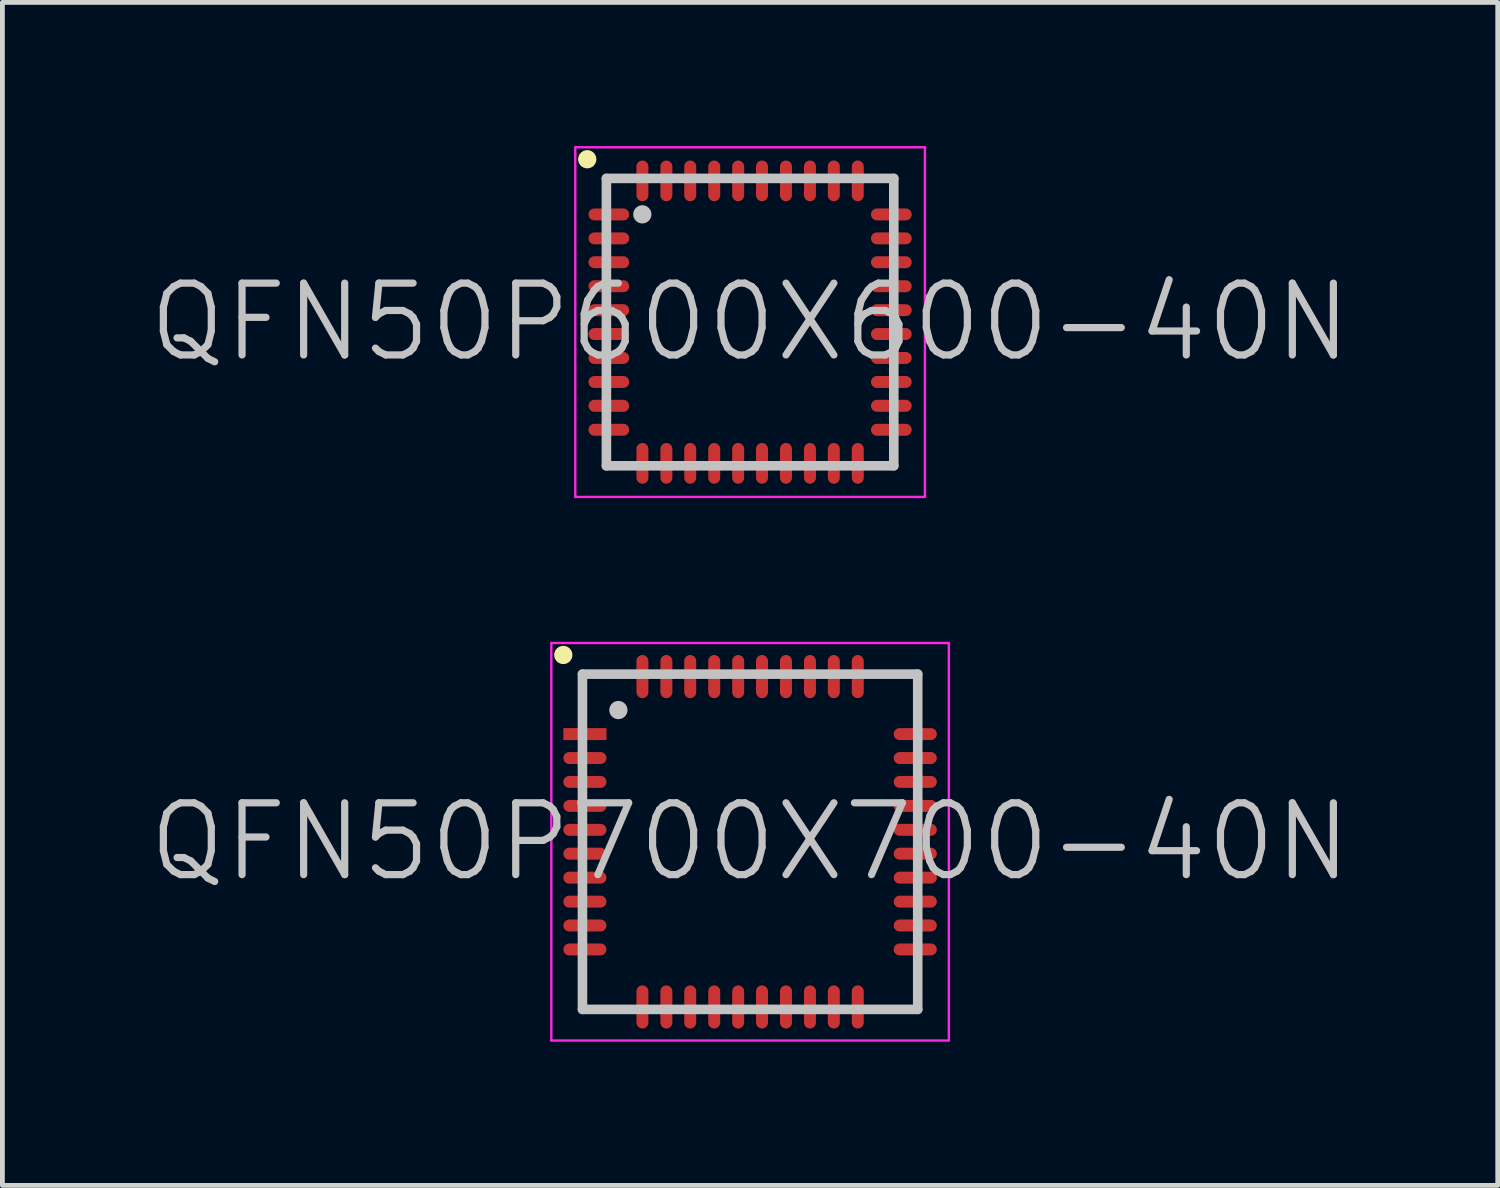
<source format=kicad_pcb>
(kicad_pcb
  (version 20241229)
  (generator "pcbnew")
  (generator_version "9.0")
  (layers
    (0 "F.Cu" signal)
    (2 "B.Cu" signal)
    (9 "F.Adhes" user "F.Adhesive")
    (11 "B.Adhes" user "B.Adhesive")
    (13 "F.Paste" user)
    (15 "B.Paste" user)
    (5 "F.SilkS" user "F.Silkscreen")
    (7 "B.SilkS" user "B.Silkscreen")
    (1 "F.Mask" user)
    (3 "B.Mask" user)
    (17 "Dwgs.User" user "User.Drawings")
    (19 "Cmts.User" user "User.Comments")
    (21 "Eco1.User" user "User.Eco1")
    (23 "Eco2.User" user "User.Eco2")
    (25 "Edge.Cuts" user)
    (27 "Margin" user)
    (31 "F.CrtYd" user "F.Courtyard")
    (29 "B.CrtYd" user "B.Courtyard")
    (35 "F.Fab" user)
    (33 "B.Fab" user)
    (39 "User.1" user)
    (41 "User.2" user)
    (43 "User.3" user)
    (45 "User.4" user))
  (footprint "QFN50P700X700-40N"
    (layer "F.Cu")
    (at 12.611 14.525)
    (property "Reference" "QFN50P700X700-40N" (at 0 0 0) (layer "Dwgs.User") (effects (font (size 1.5 1.5) (thickness 0.15))))
    (attr smd)
    (fp_line (start -3.9 -3.9) (end -3.9 -3.9) (stroke (width 0.381) (type solid)) (layer "F.SilkS"))
    (fp_line (start -3.5 -3.5) (end -3.5 3.5) (stroke (width 0.2) (type solid)) (layer "Dwgs.User"))
    (fp_line (start -3.5 -3.5) (end 3.5 -3.5) (stroke (width 0.2) (type solid)) (layer "Dwgs.User"))
    (fp_line (start -3.5 3.5) (end 3.5 3.5) (stroke (width 0.2) (type solid)) (layer "Dwgs.User"))
    (fp_line (start -2.75 -2.75) (end -2.75 -2.75) (stroke (width 0.381) (type solid)) (layer "Dwgs.User"))
    (fp_line (start 3.5 -3.5) (end 3.5 3.5) (stroke (width 0.2) (type solid)) (layer "Dwgs.User"))
    (fp_line (start -4.15 -4.15) (end -4.15 4.15) (stroke (width 0.05) (type solid)) (layer "F.CrtYd"))
    (fp_line (start -4.15 -4.15) (end 4.15 -4.15) (stroke (width 0.05) (type solid)) (layer "F.CrtYd"))
    (fp_line (start -4.15 4.15) (end 4.15 4.15) (stroke (width 0.05) (type solid)) (layer "F.CrtYd"))
    (fp_line (start 4.15 -4.15) (end 4.15 4.15) (stroke (width 0.05) (type solid)) (layer "F.CrtYd"))
    (pad "1" smd rect (at -3.449 -2.248 90) (size 0.25 0.9) (layers "F.Cu" "F.Mask" "F.Paste"))
    (pad "2" smd oval (at -3.449 -1.748 90) (size 0.25 0.9) (layers "F.Cu" "F.Mask" "F.Paste"))
    (pad "3" smd oval (at -3.449 -1.25 90) (size 0.25 0.9) (layers "F.Cu" "F.Mask" "F.Paste"))
    (pad "4" smd oval (at -3.449 -0.749 90) (size 0.25 0.9) (layers "F.Cu" "F.Mask" "F.Paste"))
    (pad "5" smd oval (at -3.449 -0.249 90) (size 0.25 0.9) (layers "F.Cu" "F.Mask" "F.Paste"))
    (pad "6" smd oval (at -3.449 0.249 90) (size 0.25 0.9) (layers "F.Cu" "F.Mask" "F.Paste"))
    (pad "7" smd oval (at -3.449 0.749 90) (size 0.25 0.9) (layers "F.Cu" "F.Mask" "F.Paste"))
    (pad "8" smd oval (at -3.449 1.25 90) (size 0.25 0.9) (layers "F.Cu" "F.Mask" "F.Paste"))
    (pad "9" smd oval (at -3.449 1.748 90) (size 0.25 0.9) (layers "F.Cu" "F.Mask" "F.Paste"))
    (pad "10" smd oval (at -3.449 2.248 90) (size 0.25 0.9) (layers "F.Cu" "F.Mask" "F.Paste"))
    (pad "11" smd oval (at -2.248 3.449 180) (size 0.25 0.9) (layers "F.Cu" "F.Mask" "F.Paste"))
    (pad "12" smd oval (at -1.748 3.449 180) (size 0.25 0.9) (layers "F.Cu" "F.Mask" "F.Paste"))
    (pad "13" smd oval (at -1.25 3.449 180) (size 0.25 0.9) (layers "F.Cu" "F.Mask" "F.Paste"))
    (pad "14" smd oval (at -0.749 3.449 180) (size 0.25 0.9) (layers "F.Cu" "F.Mask" "F.Paste"))
    (pad "15" smd oval (at -0.249 3.449 180) (size 0.25 0.9) (layers "F.Cu" "F.Mask" "F.Paste"))
    (pad "16" smd oval (at 0.249 3.449 180) (size 0.25 0.9) (layers "F.Cu" "F.Mask" "F.Paste"))
    (pad "17" smd oval (at 0.749 3.449 180) (size 0.25 0.9) (layers "F.Cu" "F.Mask" "F.Paste"))
    (pad "18" smd oval (at 1.25 3.449 180) (size 0.25 0.9) (layers "F.Cu" "F.Mask" "F.Paste"))
    (pad "19" smd oval (at 1.748 3.449 180) (size 0.25 0.9) (layers "F.Cu" "F.Mask" "F.Paste"))
    (pad "20" smd oval (at 2.248 3.449 180) (size 0.25 0.9) (layers "F.Cu" "F.Mask" "F.Paste"))
    (pad "21" smd oval (at 3.449 2.248 270) (size 0.25 0.9) (layers "F.Cu" "F.Mask" "F.Paste"))
    (pad "22" smd oval (at 3.449 1.748 270) (size 0.25 0.9) (layers "F.Cu" "F.Mask" "F.Paste"))
    (pad "23" smd oval (at 3.449 1.25 270) (size 0.25 0.9) (layers "F.Cu" "F.Mask" "F.Paste"))
    (pad "24" smd oval (at 3.449 0.749 270) (size 0.25 0.9) (layers "F.Cu" "F.Mask" "F.Paste"))
    (pad "25" smd oval (at 3.449 0.249 270) (size 0.25 0.9) (layers "F.Cu" "F.Mask" "F.Paste"))
    (pad "26" smd oval (at 3.449 -0.249 270) (size 0.25 0.9) (layers "F.Cu" "F.Mask" "F.Paste"))
    (pad "27" smd oval (at 3.449 -0.749 270) (size 0.25 0.9) (layers "F.Cu" "F.Mask" "F.Paste"))
    (pad "28" smd oval (at 3.449 -1.25 270) (size 0.25 0.9) (layers "F.Cu" "F.Mask" "F.Paste"))
    (pad "29" smd oval (at 3.449 -1.748 270) (size 0.25 0.9) (layers "F.Cu" "F.Mask" "F.Paste"))
    (pad "30" smd oval (at 3.449 -2.248 270) (size 0.25 0.9) (layers "F.Cu" "F.Mask" "F.Paste"))
    (pad "31" smd oval (at 2.248 -3.449) (size 0.25 0.9) (layers "F.Cu" "F.Mask" "F.Paste"))
    (pad "32" smd oval (at 1.748 -3.449) (size 0.25 0.9) (layers "F.Cu" "F.Mask" "F.Paste"))
    (pad "33" smd oval (at 1.25 -3.449) (size 0.25 0.9) (layers "F.Cu" "F.Mask" "F.Paste"))
    (pad "34" smd oval (at 0.749 -3.449) (size 0.25 0.9) (layers "F.Cu" "F.Mask" "F.Paste"))
    (pad "35" smd oval (at 0.249 -3.449) (size 0.25 0.9) (layers "F.Cu" "F.Mask" "F.Paste"))
    (pad "36" smd oval (at -0.249 -3.449) (size 0.25 0.9) (layers "F.Cu" "F.Mask" "F.Paste"))
    (pad "37" smd oval (at -0.749 -3.449) (size 0.25 0.9) (layers "F.Cu" "F.Mask" "F.Paste"))
    (pad "38" smd oval (at -1.25 -3.449) (size 0.25 0.9) (layers "F.Cu" "F.Mask" "F.Paste"))
    (pad "39" smd oval (at -1.748 -3.449) (size 0.25 0.9) (layers "F.Cu" "F.Mask" "F.Paste"))
    (pad "40" smd oval (at -2.248 -3.449) (size 0.25 0.9) (layers "F.Cu" "F.Mask" "F.Paste")))
  (footprint "QFN50P600X600-40N"
    (layer "F.Cu")
    (at 12.611 3.675)
    (property "Reference" "QFN50P600X600-40N" (at 0 0 0) (layer "Dwgs.User") (effects (font (size 1.5 1.5) (thickness 0.15))))
    (attr smd)
    (fp_line (start -3.4 -3.4) (end -3.4 -3.4) (stroke (width 0.381) (type solid)) (layer "F.SilkS"))
    (fp_line (start -3 -3) (end -3 3) (stroke (width 0.2) (type solid)) (layer "Dwgs.User"))
    (fp_line (start -3 -3) (end 3 -3) (stroke (width 0.2) (type solid)) (layer "Dwgs.User"))
    (fp_line (start -3 3) (end 3 3) (stroke (width 0.2) (type solid)) (layer "Dwgs.User"))
    (fp_line (start -2.25 -2.25) (end -2.25 -2.25) (stroke (width 0.381) (type solid)) (layer "Dwgs.User"))
    (fp_line (start 3 -3) (end 3 3) (stroke (width 0.2) (type solid)) (layer "Dwgs.User"))
    (fp_line (start -3.65 -3.65) (end -3.65 3.65) (stroke (width 0.05) (type solid)) (layer "F.CrtYd"))
    (fp_line (start -3.65 -3.65) (end 3.65 -3.65) (stroke (width 0.05) (type solid)) (layer "F.CrtYd"))
    (fp_line (start -3.65 3.65) (end 3.65 3.65) (stroke (width 0.05) (type solid)) (layer "F.CrtYd"))
    (fp_line (start 3.65 -3.65) (end 3.65 3.65) (stroke (width 0.05) (type solid)) (layer "F.CrtYd"))
    (pad "1" smd oval (at -2.949 -2.248 90) (size 0.25 0.85) (layers "F.Cu" "F.Mask" "F.Paste"))
    (pad "2" smd oval (at -2.949 -1.748 90) (size 0.25 0.85) (layers "F.Cu" "F.Mask" "F.Paste"))
    (pad "3" smd oval (at -2.949 -1.25 90) (size 0.25 0.85) (layers "F.Cu" "F.Mask" "F.Paste"))
    (pad "4" smd oval (at -2.949 -0.749 90) (size 0.25 0.85) (layers "F.Cu" "F.Mask" "F.Paste"))
    (pad "5" smd oval (at -2.949 -0.249 90) (size 0.25 0.85) (layers "F.Cu" "F.Mask" "F.Paste"))
    (pad "6" smd oval (at -2.949 0.249 90) (size 0.25 0.85) (layers "F.Cu" "F.Mask" "F.Paste"))
    (pad "7" smd oval (at -2.949 0.749 90) (size 0.25 0.85) (layers "F.Cu" "F.Mask" "F.Paste"))
    (pad "8" smd oval (at -2.949 1.25 90) (size 0.25 0.85) (layers "F.Cu" "F.Mask" "F.Paste"))
    (pad "9" smd oval (at -2.949 1.748 90) (size 0.25 0.85) (layers "F.Cu" "F.Mask" "F.Paste"))
    (pad "10" smd oval (at -2.949 2.248 90) (size 0.25 0.85) (layers "F.Cu" "F.Mask" "F.Paste"))
    (pad "11" smd oval (at -2.248 2.949 180) (size 0.25 0.85) (layers "F.Cu" "F.Mask" "F.Paste"))
    (pad "12" smd oval (at -1.748 2.949 180) (size 0.25 0.85) (layers "F.Cu" "F.Mask" "F.Paste"))
    (pad "13" smd oval (at -1.25 2.949 180) (size 0.25 0.85) (layers "F.Cu" "F.Mask" "F.Paste"))
    (pad "14" smd oval (at -0.749 2.949 180) (size 0.25 0.85) (layers "F.Cu" "F.Mask" "F.Paste"))
    (pad "15" smd oval (at -0.249 2.949 180) (size 0.25 0.85) (layers "F.Cu" "F.Mask" "F.Paste"))
    (pad "16" smd oval (at 0.249 2.949 180) (size 0.25 0.85) (layers "F.Cu" "F.Mask" "F.Paste"))
    (pad "17" smd oval (at 0.749 2.949 180) (size 0.25 0.85) (layers "F.Cu" "F.Mask" "F.Paste"))
    (pad "18" smd oval (at 1.25 2.949 180) (size 0.25 0.85) (layers "F.Cu" "F.Mask" "F.Paste"))
    (pad "19" smd oval (at 1.748 2.949 180) (size 0.25 0.85) (layers "F.Cu" "F.Mask" "F.Paste"))
    (pad "20" smd oval (at 2.248 2.949 180) (size 0.25 0.85) (layers "F.Cu" "F.Mask" "F.Paste"))
    (pad "21" smd oval (at 2.949 2.248 270) (size 0.25 0.85) (layers "F.Cu" "F.Mask" "F.Paste"))
    (pad "22" smd oval (at 2.949 1.748 270) (size 0.25 0.85) (layers "F.Cu" "F.Mask" "F.Paste"))
    (pad "23" smd oval (at 2.949 1.25 270) (size 0.25 0.85) (layers "F.Cu" "F.Mask" "F.Paste"))
    (pad "24" smd oval (at 2.949 0.749 270) (size 0.25 0.85) (layers "F.Cu" "F.Mask" "F.Paste"))
    (pad "25" smd oval (at 2.949 0.249 270) (size 0.25 0.85) (layers "F.Cu" "F.Mask" "F.Paste"))
    (pad "26" smd oval (at 2.949 -0.249 270) (size 0.25 0.85) (layers "F.Cu" "F.Mask" "F.Paste"))
    (pad "27" smd oval (at 2.949 -0.749 270) (size 0.25 0.85) (layers "F.Cu" "F.Mask" "F.Paste"))
    (pad "28" smd oval (at 2.949 -1.25 270) (size 0.25 0.85) (layers "F.Cu" "F.Mask" "F.Paste"))
    (pad "29" smd oval (at 2.949 -1.748 270) (size 0.25 0.85) (layers "F.Cu" "F.Mask" "F.Paste"))
    (pad "30" smd oval (at 2.949 -2.248 270) (size 0.25 0.85) (layers "F.Cu" "F.Mask" "F.Paste"))
    (pad "31" smd oval (at 2.248 -2.949) (size 0.25 0.85) (layers "F.Cu" "F.Mask" "F.Paste"))
    (pad "32" smd oval (at 1.748 -2.949) (size 0.25 0.85) (layers "F.Cu" "F.Mask" "F.Paste"))
    (pad "33" smd oval (at 1.25 -2.949) (size 0.25 0.85) (layers "F.Cu" "F.Mask" "F.Paste"))
    (pad "34" smd oval (at 0.749 -2.949) (size 0.25 0.85) (layers "F.Cu" "F.Mask" "F.Paste"))
    (pad "35" smd oval (at 0.249 -2.949) (size 0.25 0.85) (layers "F.Cu" "F.Mask" "F.Paste"))
    (pad "36" smd oval (at -0.249 -2.949) (size 0.25 0.85) (layers "F.Cu" "F.Mask" "F.Paste"))
    (pad "37" smd oval (at -0.749 -2.949) (size 0.25 0.85) (layers "F.Cu" "F.Mask" "F.Paste"))
    (pad "38" smd oval (at -1.25 -2.949) (size 0.25 0.85) (layers "F.Cu" "F.Mask" "F.Paste"))
    (pad "39" smd oval (at -1.748 -2.949) (size 0.25 0.85) (layers "F.Cu" "F.Mask" "F.Paste"))
    (pad "40" smd oval (at -2.248 -2.949) (size 0.25 0.85) (layers "F.Cu" "F.Mask" "F.Paste")))
  (gr_rect
    (start -3 -3)
    (end 28.221 21.7)
    (stroke (width 0.1) (type default))
    (fill no)
    (layer "Edge.Cuts")))
</source>
